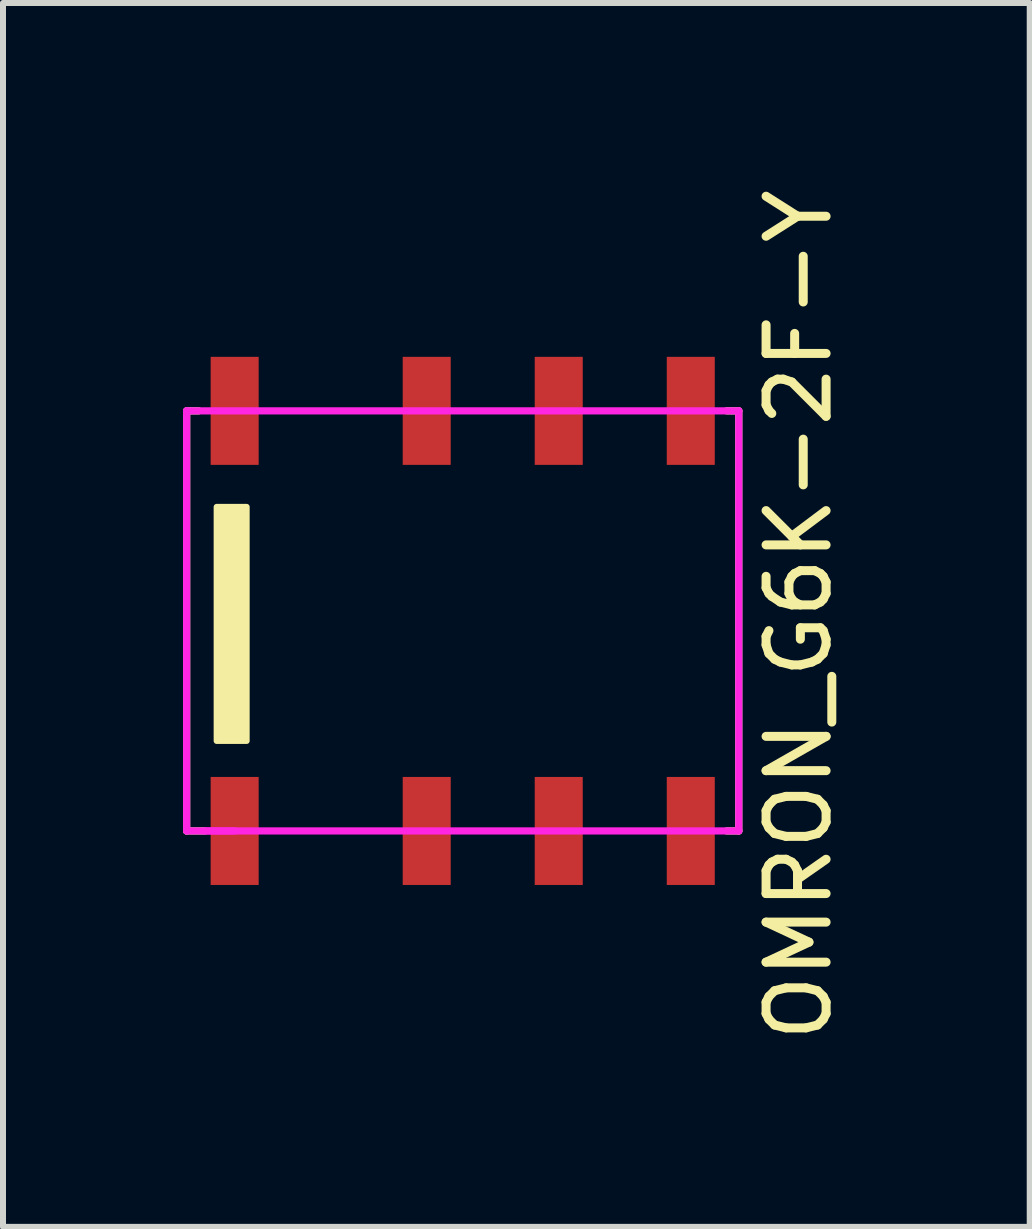
<source format=kicad_pcb>
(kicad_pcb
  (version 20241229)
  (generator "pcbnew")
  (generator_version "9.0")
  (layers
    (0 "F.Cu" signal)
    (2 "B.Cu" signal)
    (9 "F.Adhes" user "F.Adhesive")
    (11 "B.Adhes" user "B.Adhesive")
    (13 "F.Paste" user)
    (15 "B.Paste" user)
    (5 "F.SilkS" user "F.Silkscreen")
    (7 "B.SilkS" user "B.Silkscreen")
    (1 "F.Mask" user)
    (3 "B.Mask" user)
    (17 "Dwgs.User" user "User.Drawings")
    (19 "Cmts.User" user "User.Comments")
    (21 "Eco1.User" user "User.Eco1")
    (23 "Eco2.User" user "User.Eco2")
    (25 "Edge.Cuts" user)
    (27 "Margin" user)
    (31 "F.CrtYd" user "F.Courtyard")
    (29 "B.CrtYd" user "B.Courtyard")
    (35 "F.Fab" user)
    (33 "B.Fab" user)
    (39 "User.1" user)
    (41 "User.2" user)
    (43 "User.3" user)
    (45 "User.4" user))
  (footprint "OMRON_G6K-2F-Y"
    (layer "F.Cu")
    (at 4.46 7.296)
    (property "Reference" "OMRON_G6K-2F-Y" (at 5.8 -0.1 90) (layer "F.SilkS") (effects (font (size 1 1) (thickness 0.15))))
    (attr through_hole)
    (fp_line (start -4.4 -3.5) (end -4.4 3.5) (stroke (width 0.12) (type solid)) (layer "F.SilkS"))
    (fp_line (start -4.4 3.5) (end -4.1 3.5) (stroke (width 0.12) (type solid)) (layer "F.SilkS"))
    (fp_line (start -4.2 -3.5) (end -4.4 -3.5) (stroke (width 0.12) (type solid)) (layer "F.SilkS"))
    (fp_line (start 4.6 3.5) (end 4.8 3.5) (stroke (width 0.12) (type solid)) (layer "F.SilkS"))
    (fp_line (start 4.8 -3.5) (end 4.6 -3.5) (stroke (width 0.12) (type solid)) (layer "F.SilkS"))
    (fp_line (start 4.8 3.5) (end 4.8 -3.5) (stroke (width 0.12) (type solid)) (layer "F.SilkS"))
    (fp_poly (pts (xy -3.4 2) (xy -3.9 2) (xy -3.9 -1.9) (xy -3.4 -1.9)) (stroke (width 0.1) (type solid)) (fill yes) (layer "F.SilkS"))
    (fp_line (start -4.4 -3.5) (end 4.8 -3.5) (stroke (width 0.12) (type solid)) (layer "F.CrtYd"))
    (fp_line (start -4.4 3.5) (end -4.4 -3.5) (stroke (width 0.12) (type solid)) (layer "F.CrtYd"))
    (fp_line (start -3.6 3.5) (end -4.4 3.5) (stroke (width 0.12) (type solid)) (layer "F.CrtYd"))
    (fp_line (start 4.8 -3.5) (end 4.8 3.5) (stroke (width 0.12) (type solid)) (layer "F.CrtYd"))
    (fp_line (start 4.8 3.5) (end -4.1 3.5) (stroke (width 0.12) (type solid)) (layer "F.CrtYd"))
    (pad "1" smd rect (at -3.6 3.5) (size 0.8 1.8) (layers "F.Cu" "F.Mask" "F.Paste"))
    (pad "2" smd rect (at -0.4 3.5) (size 0.8 1.8) (layers "F.Cu" "F.Mask" "F.Paste"))
    (pad "3" smd rect (at 1.8 3.5) (size 0.8 1.8) (layers "F.Cu" "F.Mask" "F.Paste"))
    (pad "4" smd rect (at 4 3.5) (size 0.8 1.8) (layers "F.Cu" "F.Mask" "F.Paste"))
    (pad "5" smd rect (at 4 -3.5) (size 0.8 1.8) (layers "F.Cu" "F.Mask" "F.Paste"))
    (pad "6" smd rect (at 1.8 -3.5) (size 0.8 1.8) (layers "F.Cu" "F.Mask" "F.Paste"))
    (pad "7" smd rect (at -0.4 -3.5) (size 0.8 1.8) (layers "F.Cu" "F.Mask" "F.Paste"))
    (pad "8" smd rect (at -3.6 -3.5) (size 0.8 1.8) (layers "F.Cu" "F.Mask" "F.Paste")))
  (gr_rect
    (start -3 -3)
    (end 14.108 17.393)
    (stroke (width 0.1) (type default))
    (fill no)
    (layer "Edge.Cuts")))
</source>
